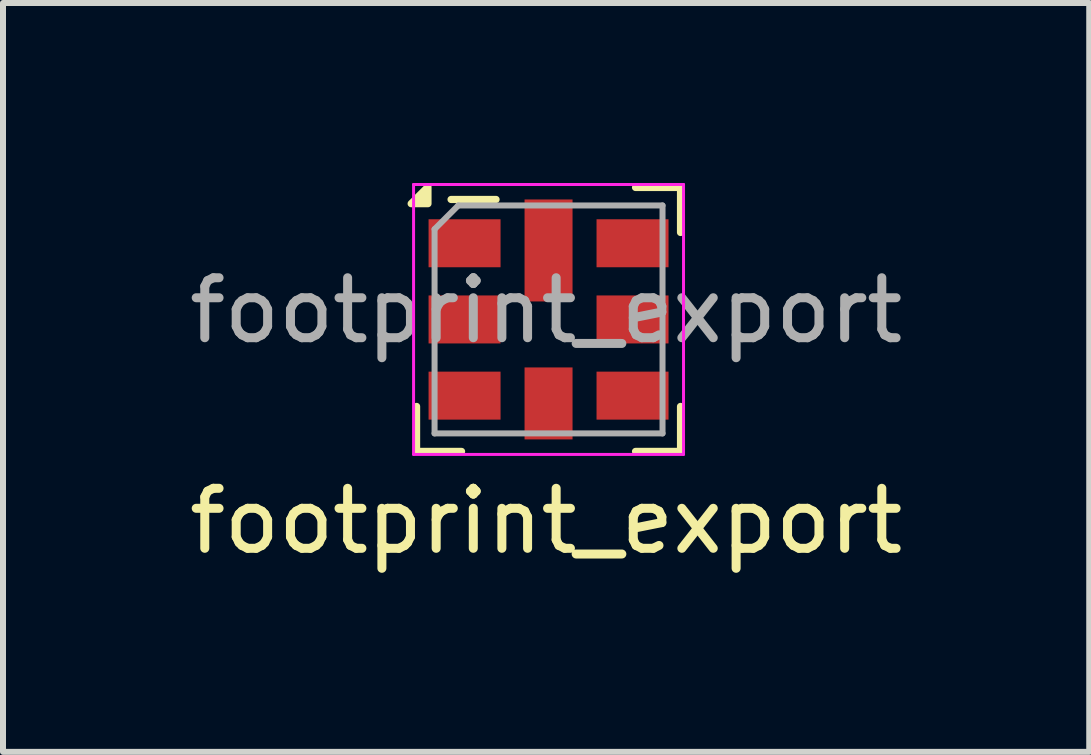
<source format=kicad_pcb>
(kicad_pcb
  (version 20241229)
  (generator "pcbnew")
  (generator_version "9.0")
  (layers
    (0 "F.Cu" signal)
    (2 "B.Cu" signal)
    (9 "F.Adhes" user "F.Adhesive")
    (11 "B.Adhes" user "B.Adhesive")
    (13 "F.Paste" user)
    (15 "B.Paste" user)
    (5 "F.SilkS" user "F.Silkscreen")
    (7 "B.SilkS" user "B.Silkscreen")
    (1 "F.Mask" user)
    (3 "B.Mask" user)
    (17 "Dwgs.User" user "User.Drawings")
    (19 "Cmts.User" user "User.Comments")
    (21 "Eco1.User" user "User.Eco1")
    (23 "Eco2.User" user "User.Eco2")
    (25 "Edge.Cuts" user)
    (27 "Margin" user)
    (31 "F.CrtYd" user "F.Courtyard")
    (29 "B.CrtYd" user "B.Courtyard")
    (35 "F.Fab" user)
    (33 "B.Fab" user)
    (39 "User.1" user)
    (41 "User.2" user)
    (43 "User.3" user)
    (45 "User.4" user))
  (footprint "footprint_export"
    (layer "F.Cu")
    (at 6.094 2.275)
    (property "Reference" "footprint_export" (at -0.04 3.36 0) (layer "F.SilkS") (effects (font (size 1 1) (thickness 0.15))))
    (attr smd)
    (fp_line (start -2.2 2.2) (end -2.2 1.45) (stroke (width 0.12) (type solid)) (layer "F.SilkS"))
    (fp_line (start -1.625 -2) (end -0.875 -2) (stroke (width 0.12) (type solid)) (layer "F.SilkS"))
    (fp_line (start -1.45 2.2) (end -2.2 2.2) (stroke (width 0.12) (type solid)) (layer "F.SilkS"))
    (fp_line (start 1.45 -2.2) (end 2.2 -2.2) (stroke (width 0.12) (type solid)) (layer "F.SilkS"))
    (fp_line (start 2.2 -2.2) (end 2.2 -1.45) (stroke (width 0.12) (type solid)) (layer "F.SilkS"))
    (fp_line (start 2.2 1.45) (end 2.2 2.2) (stroke (width 0.12) (type solid)) (layer "F.SilkS"))
    (fp_line (start 2.2 2.2) (end 1.45 2.2) (stroke (width 0.12) (type solid)) (layer "F.SilkS"))
    (fp_poly (pts (xy -2.01 -1.93) (xy -2.29 -1.93) (xy -2.01 -2.21) (xy -2.01 -1.93)) (stroke (width 0.12) (type solid)) (fill yes) (layer "F.SilkS"))
    (fp_line (start -2.25 -2.25) (end 2.25 -2.25) (stroke (width 0.05) (type solid)) (layer "F.CrtYd"))
    (fp_line (start -2.25 2.25) (end -2.25 -2.25) (stroke (width 0.05) (type solid)) (layer "F.CrtYd"))
    (fp_line (start 2.25 -2.25) (end 2.25 2.25) (stroke (width 0.05) (type solid)) (layer "F.CrtYd"))
    (fp_line (start 2.25 2.25) (end -2.25 2.25) (stroke (width 0.05) (type solid)) (layer "F.CrtYd"))
    (fp_line (start -1.9 1.9) (end -1.9 -1.505) (stroke (width 0.1) (type solid)) (layer "F.Fab"))
    (fp_line (start -1.505 -1.9) (end -1.9 -1.505) (stroke (width 0.1) (type solid)) (layer "F.Fab"))
    (fp_line (start -1.505 -1.9) (end 1.9 -1.9) (stroke (width 0.1) (type solid)) (layer "F.Fab"))
    (fp_line (start 1.9 -1.9) (end 1.9 1.9) (stroke (width 0.1) (type solid)) (layer "F.Fab"))
    (fp_line (start 1.9 1.9) (end -1.9 1.9) (stroke (width 0.1) (type solid)) (layer "F.Fab"))
    (fp_text user "${REFERENCE}" (at -0.04 -0.15 0) (layer "F.Fab") (effects (font (size 1 1) (thickness 0.15))))
    (pad "1" smd rect (at -1.4 -1.27 270) (size 0.8 1.2) (layers "F.Cu" "F.Mask" "F.Paste"))
    (pad "2" smd rect (at -1.4 0 270) (size 0.8 1.2) (layers "F.Cu" "F.Mask" "F.Paste"))
    (pad "3" smd rect (at -1.4 1.27 270) (size 0.8 1.2) (layers "F.Cu" "F.Mask" "F.Paste"))
    (pad "4" smd rect (at 0 1.4 270) (size 1.2 0.8) (layers "F.Cu" "F.Mask" "F.Paste"))
    (pad "5" smd rect (at 1.4 1.27 270) (size 0.8 1.2) (layers "F.Cu" "F.Mask" "F.Paste"))
    (pad "6" smd rect (at 1.4 0 270) (size 0.8 1.2) (layers "F.Cu" "F.Mask" "F.Paste"))
    (pad "7" smd rect (at 1.4 -1.27 270) (size 0.8 1.2) (layers "F.Cu" "F.Mask" "F.Paste"))
    (pad "8" smd rect (at 0 -1.15 270) (size 1.7 0.8) (layers "F.Cu" "F.Mask" "F.Paste")))
  (gr_rect
    (start -3 -3)
    (end 15.107 9.483)
    (stroke (width 0.1) (type default))
    (fill no)
    (layer "Edge.Cuts")))
</source>
